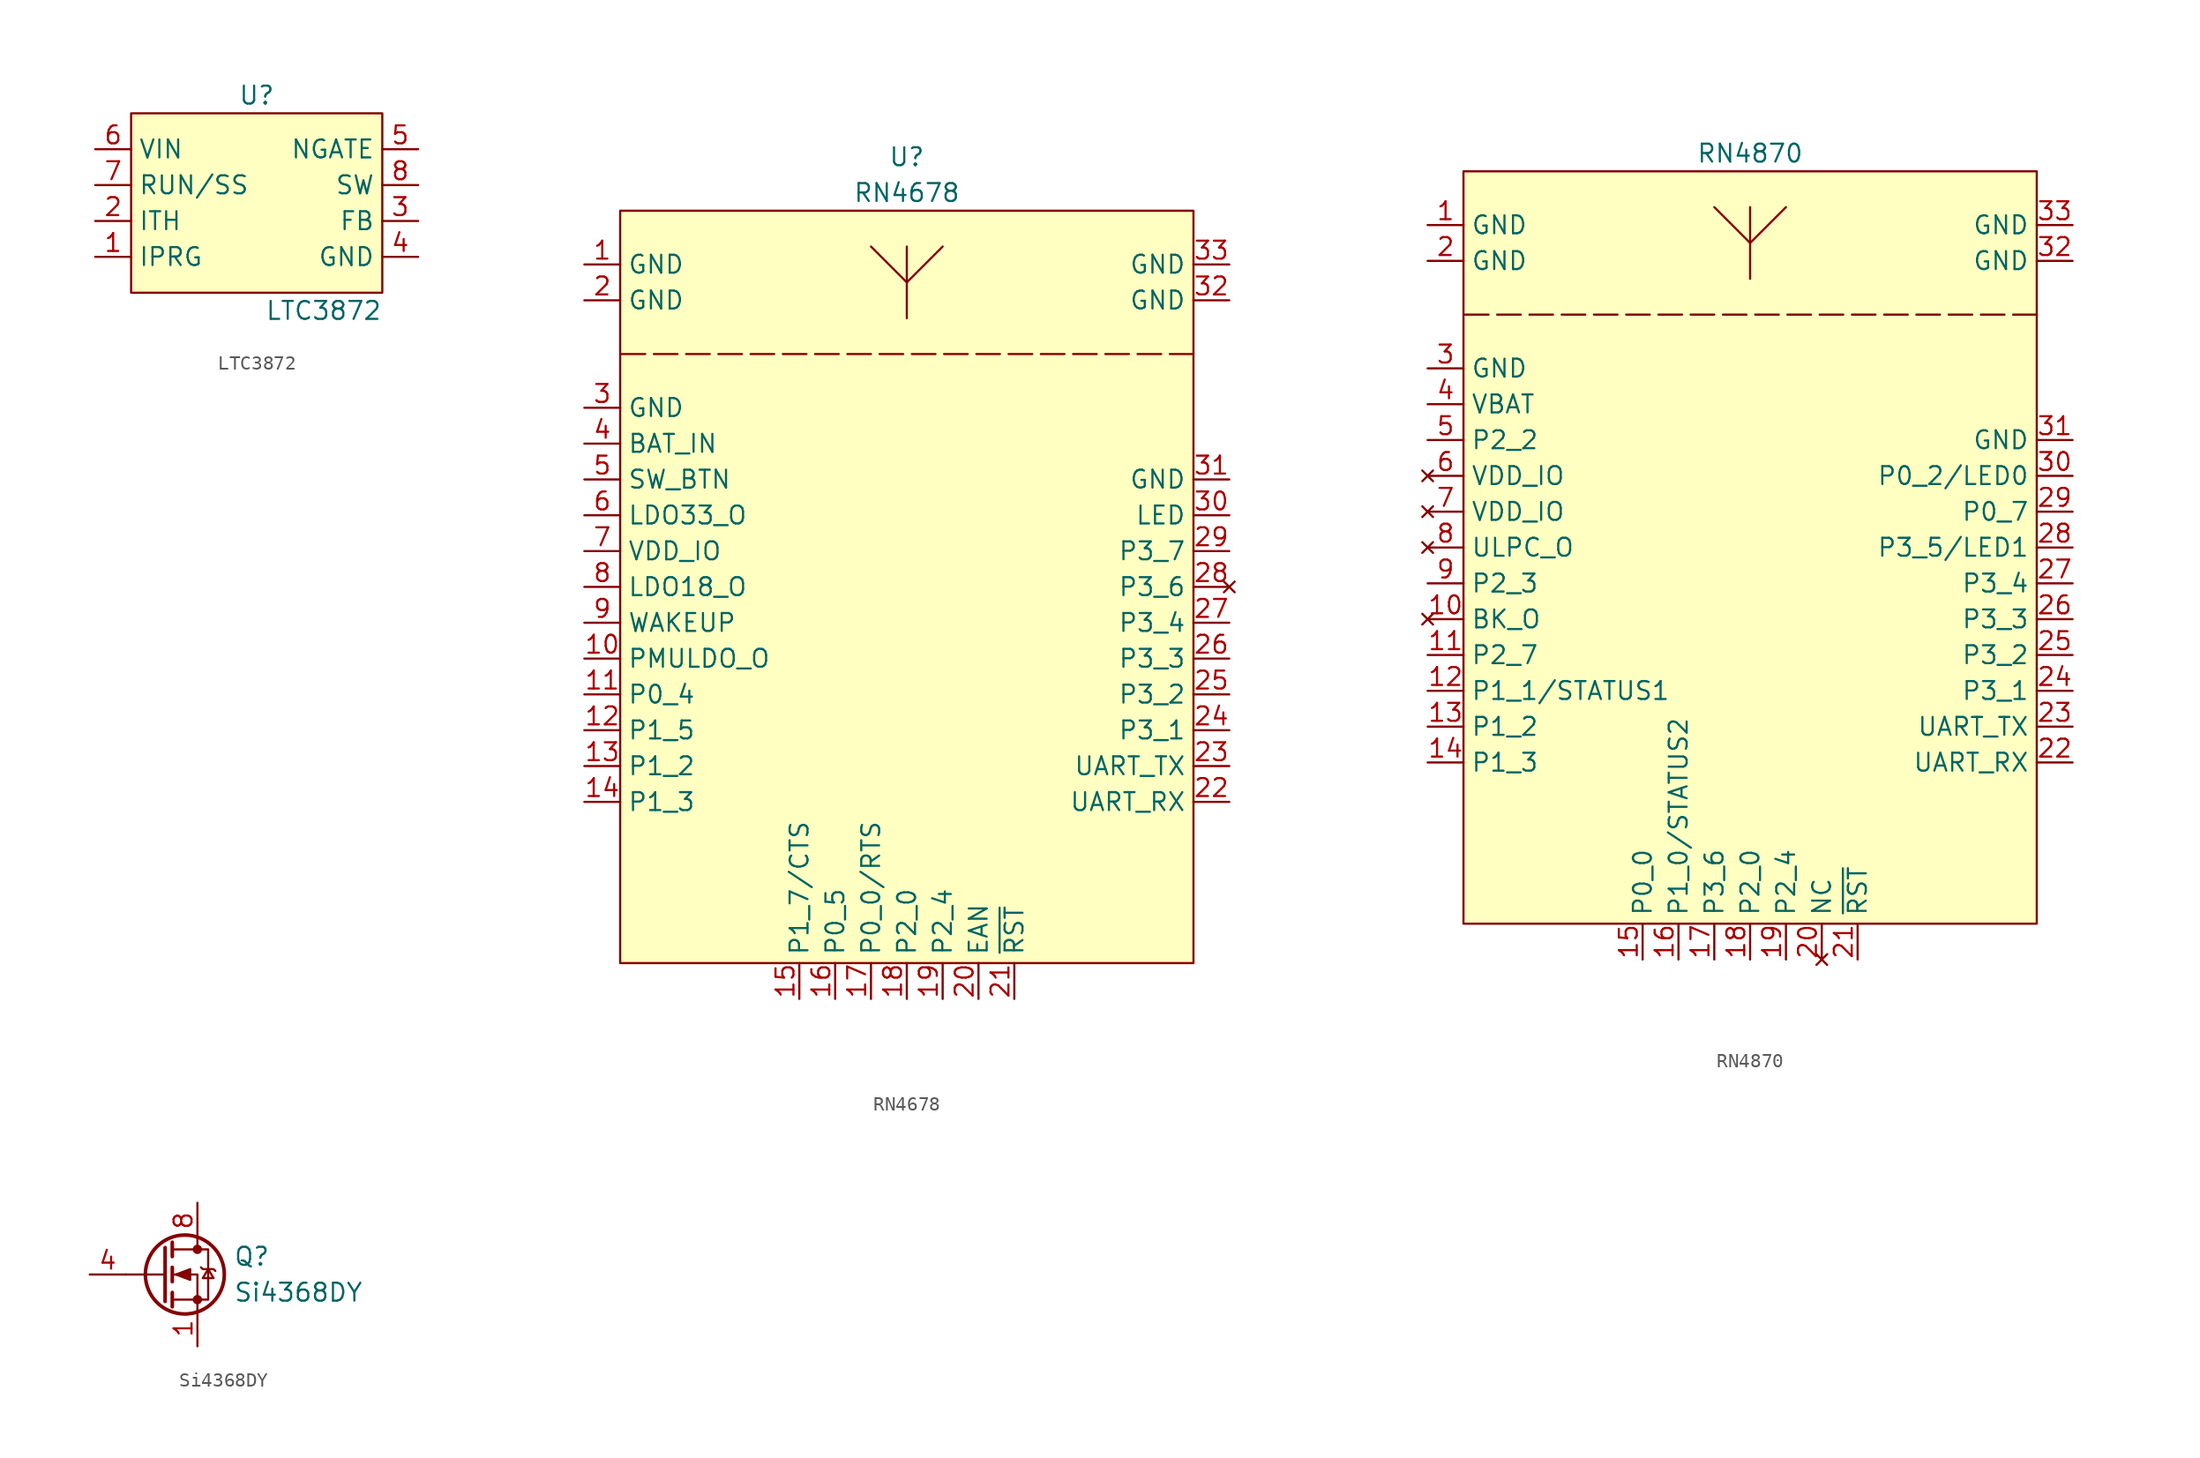
<source format=kicad_sym>
(kicad_symbol_lib
  (version 20220914)
  (generator kicad_symbol_editor)
  (symbol "LTC3872"
    (property "Reference" "U"
      (at 0 7.62 0)
      (do_not_autoplace)
      (effects (font (size 1.27 1.27))))
    (property "Value" "LTC3872"
      (at 8.89 -7.62 0)
      (do_not_autoplace)
      (effects (font (size 1.27 1.27)) (justify right)))
    (symbol "LTC3872_1_1"
      (rectangle (start -8.89 6.35) (end 8.89 -6.35) (stroke (width 0) (type default)) (fill (type background)))
      (pin input line (at -11.43 -3.81 0) (length 2.54) (name "IPRG" (effects (font (size 1.27 1.27)))) (number "1" (effects (font (size 1.27 1.27)))))
      (pin input line (at -11.43 -1.27 0) (length 2.54) (name "ITH" (effects (font (size 1.27 1.27)))) (number "2" (effects (font (size 1.27 1.27)))))
      (pin input line (at 11.43 -1.27 180) (length 2.54) (name "FB" (effects (font (size 1.27 1.27)))) (number "3" (effects (font (size 1.27 1.27)))))
      (pin power_in line (at 11.43 -3.81 180) (length 2.54) (name "GND" (effects (font (size 1.27 1.27)))) (number "4" (effects (font (size 1.27 1.27)))))
      (pin output line (at 11.43 3.81 180) (length 2.54) (name "NGATE" (effects (font (size 1.27 1.27)))) (number "5" (effects (font (size 1.27 1.27)))))
      (pin power_in line (at -11.43 3.81 0) (length 2.54) (name "VIN" (effects (font (size 1.27 1.27)))) (number "6" (effects (font (size 1.27 1.27)))))
      (pin input line (at -11.43 1.27 0) (length 2.54) (name "RUN/SS" (effects (font (size 1.27 1.27)))) (number "7" (effects (font (size 1.27 1.27)))))
      (pin input line (at 11.43 1.27 180) (length 2.54) (name "SW" (effects (font (size 1.27 1.27)))) (number "8" (effects (font (size 1.27 1.27)))))))
  (symbol "RN4678"
    (property "Reference" "U"
      (at 0 30.48 0)
      (effects (font (size 1.27 1.27))))
    (property "Value" "RN4678"
      (at 0 27.94 0)
      (effects (font (size 1.27 1.27))))
    (symbol "RN4678_0_1"
      (polyline (pts (xy 0 19.05) (xy 0 24.13)) (stroke (width 0) (type default)) (fill (type none)))
      (polyline (pts (xy 2.54 24.13) (xy 0 21.59) (xy -2.54 24.13)) (stroke (width 0) (type default)) (fill (type none))))
    (symbol "RN4678_1_1"
      (rectangle (start -20.32 26.67) (end 20.32 -26.67) (stroke (width 0) (type default)) (fill (type background)))
      (polyline (pts (xy 20.32 16.51) (xy -20.32 16.51)) (stroke (width 0) (type dash)) (fill (type none)))
      (pin power_in line (at -22.86 22.86 0) (length 2.54) (name "GND" (effects (font (size 1.27 1.27)))) (number "1" (effects (font (size 1.27 1.27)))))
      (pin power_out line (at -22.86 -5.08 0) (length 2.54) (name "PMULDO_O" (effects (font (size 1.27 1.27)))) (number "10" (effects (font (size 1.27 1.27)))))
      (pin output line (at -22.86 -7.62 0) (length 2.54) (name "P0_4" (effects (font (size 1.27 1.27)))) (number "11" (effects (font (size 1.27 1.27)))))
      (pin output line (at -22.86 -10.16 0) (length 2.54) (name "P1_5" (effects (font (size 1.27 1.27)))) (number "12" (effects (font (size 1.27 1.27)))))
      (pin output line (at -22.86 -12.7 0) (length 2.54) (name "P1_2" (effects (font (size 1.27 1.27)))) (number "13" (effects (font (size 1.27 1.27)))))
      (pin bidirectional line (at -22.86 -15.24 0) (length 2.54) (name "P1_3" (effects (font (size 1.27 1.27)))) (number "14" (effects (font (size 1.27 1.27)))))
      (pin bidirectional line (at -7.62 -29.21 90) (length 2.54) (name "P1_7/CTS" (effects (font (size 1.27 1.27)))) (number "15" (effects (font (size 1.27 1.27)))))
      (pin bidirectional line (at -5.08 -29.21 90) (length 2.54) (name "P0_5" (effects (font (size 1.27 1.27)))) (number "16" (effects (font (size 1.27 1.27)))))
      (pin bidirectional line (at -2.54 -29.21 90) (length 2.54) (name "P0_0/RTS" (effects (font (size 1.27 1.27)))) (number "17" (effects (font (size 1.27 1.27)))))
      (pin input line (at 0 -29.21 90) (length 2.54) (name "P2_0" (effects (font (size 1.27 1.27)))) (number "18" (effects (font (size 1.27 1.27)))))
      (pin input line (at 2.54 -29.21 90) (length 2.54) (name "P2_4" (effects (font (size 1.27 1.27)))) (number "19" (effects (font (size 1.27 1.27)))))
      (pin power_in line (at -22.86 20.32 0) (length 2.54) (name "GND" (effects (font (size 1.27 1.27)))) (number "2" (effects (font (size 1.27 1.27)))))
      (pin input line (at 5.08 -29.21 90) (length 2.54) (name "EAN" (effects (font (size 1.27 1.27)))) (number "20" (effects (font (size 1.27 1.27)))))
      (pin input line (at 7.62 -29.21 90) (length 2.54) (name "~{RST}" (effects (font (size 1.27 1.27)))) (number "21" (effects (font (size 1.27 1.27)))))
      (pin input line (at 22.86 -15.24 180) (length 2.54) (name "UART_RX" (effects (font (size 1.27 1.27)))) (number "22" (effects (font (size 1.27 1.27)))))
      (pin output line (at 22.86 -12.7 180) (length 2.54) (name "UART_TX" (effects (font (size 1.27 1.27)))) (number "23" (effects (font (size 1.27 1.27)))))
      (pin bidirectional line (at 22.86 -10.16 180) (length 2.54) (name "P3_1" (effects (font (size 1.27 1.27)))) (number "24" (effects (font (size 1.27 1.27)))))
      (pin bidirectional line (at 22.86 -7.62 180) (length 2.54) (name "P3_2" (effects (font (size 1.27 1.27)))) (number "25" (effects (font (size 1.27 1.27)))))
      (pin bidirectional line (at 22.86 -5.08 180) (length 2.54) (name "P3_3" (effects (font (size 1.27 1.27)))) (number "26" (effects (font (size 1.27 1.27)))))
      (pin bidirectional line (at 22.86 -2.54 180) (length 2.54) (name "P3_4" (effects (font (size 1.27 1.27)))) (number "27" (effects (font (size 1.27 1.27)))))
      (pin no_connect line (at 22.86 0 180) (length 2.54) (name "P3_6" (effects (font (size 1.27 1.27)))) (number "28" (effects (font (size 1.27 1.27)))))
      (pin bidirectional line (at 22.86 2.54 180) (length 2.54) (name "P3_7" (effects (font (size 1.27 1.27)))) (number "29" (effects (font (size 1.27 1.27)))))
      (pin power_in line (at -22.86 12.7 0) (length 2.54) (name "GND" (effects (font (size 1.27 1.27)))) (number "3" (effects (font (size 1.27 1.27)))))
      (pin output line (at 22.86 5.08 180) (length 2.54) (name "LED" (effects (font (size 1.27 1.27)))) (number "30" (effects (font (size 1.27 1.27)))))
      (pin power_in line (at 22.86 7.62 180) (length 2.54) (name "GND" (effects (font (size 1.27 1.27)))) (number "31" (effects (font (size 1.27 1.27)))))
      (pin power_in line (at 22.86 20.32 180) (length 2.54) (name "GND" (effects (font (size 1.27 1.27)))) (number "32" (effects (font (size 1.27 1.27)))))
      (pin power_in line (at 22.86 22.86 180) (length 2.54) (name "GND" (effects (font (size 1.27 1.27)))) (number "33" (effects (font (size 1.27 1.27)))))
      (pin power_in line (at -22.86 10.16 0) (length 2.54) (name "BAT_IN" (effects (font (size 1.27 1.27)))) (number "4" (effects (font (size 1.27 1.27)))))
      (pin input line (at -22.86 7.62 0) (length 2.54) (name "SW_BTN" (effects (font (size 1.27 1.27)))) (number "5" (effects (font (size 1.27 1.27)))))
      (pin power_out line (at -22.86 5.08 0) (length 2.54) (name "LDO33_O" (effects (font (size 1.27 1.27)))) (number "6" (effects (font (size 1.27 1.27)))))
      (pin power_in line (at -22.86 2.54 0) (length 2.54) (name "VDD_IO" (effects (font (size 1.27 1.27)))) (number "7" (effects (font (size 1.27 1.27)))))
      (pin power_out line (at -22.86 0 0) (length 2.54) (name "LDO18_O" (effects (font (size 1.27 1.27)))) (number "8" (effects (font (size 1.27 1.27)))))
      (pin input line (at -22.86 -2.54 0) (length 2.54) (name "WAKEUP" (effects (font (size 1.27 1.27)))) (number "9" (effects (font (size 1.27 1.27)))))))
  (symbol "RN4870"
    (property "Reference" "U"
      (at 0 30.48 0)
      (effects (font (size 1.27 1.27)) hide))
    (property "Value" "RN4870"
      (at 0 27.94 0)
      (effects (font (size 1.27 1.27))))
    (symbol "RN4870_0_1"
      (polyline (pts (xy 0 19.05) (xy 0 24.13)) (stroke (width 0) (type default)) (fill (type none)))
      (polyline (pts (xy 2.54 24.13) (xy 0 21.59) (xy -2.54 24.13)) (stroke (width 0) (type default)) (fill (type none))))
    (symbol "RN4870_1_1"
      (rectangle (start -20.32 26.67) (end 20.32 -26.67) (stroke (width 0) (type default)) (fill (type background)))
      (polyline (pts (xy 20.32 16.51) (xy -20.32 16.51)) (stroke (width 0) (type dash)) (fill (type none)))
      (pin power_in line (at -22.86 22.86 0) (length 2.54) (name "GND" (effects (font (size 1.27 1.27)))) (number "1" (effects (font (size 1.27 1.27)))))
      (pin no_connect line (at -22.86 -5.08 0) (length 2.54) (name "BK_O" (effects (font (size 1.27 1.27)))) (number "10" (effects (font (size 1.27 1.27)))))
      (pin output line (at -22.86 -7.62 0) (length 2.54) (name "P2_7" (effects (font (size 1.27 1.27)))) (number "11" (effects (font (size 1.27 1.27)))))
      (pin bidirectional line (at -22.86 -10.16 0) (length 2.54) (name "P1_1/STATUS1" (effects (font (size 1.27 1.27)))) (number "12" (effects (font (size 1.27 1.27)))))
      (pin bidirectional line (at -22.86 -12.7 0) (length 2.54) (name "P1_2" (effects (font (size 1.27 1.27)))) (number "13" (effects (font (size 1.27 1.27)))))
      (pin bidirectional line (at -22.86 -15.24 0) (length 2.54) (name "P1_3" (effects (font (size 1.27 1.27)))) (number "14" (effects (font (size 1.27 1.27)))))
      (pin bidirectional line (at -7.62 -29.21 90) (length 2.54) (name "P0_0" (effects (font (size 1.27 1.27)))) (number "15" (effects (font (size 1.27 1.27)))))
      (pin bidirectional line (at -5.08 -29.21 90) (length 2.54) (name "P1_0/STATUS2" (effects (font (size 1.27 1.27)))) (number "16" (effects (font (size 1.27 1.27)))))
      (pin bidirectional line (at -2.54 -29.21 90) (length 2.54) (name "P3_6" (effects (font (size 1.27 1.27)))) (number "17" (effects (font (size 1.27 1.27)))))
      (pin input line (at 0 -29.21 90) (length 2.54) (name "P2_0" (effects (font (size 1.27 1.27)))) (number "18" (effects (font (size 1.27 1.27)))))
      (pin bidirectional line (at 2.54 -29.21 90) (length 2.54) (name "P2_4" (effects (font (size 1.27 1.27)))) (number "19" (effects (font (size 1.27 1.27)))))
      (pin power_in line (at -22.86 20.32 0) (length 2.54) (name "GND" (effects (font (size 1.27 1.27)))) (number "2" (effects (font (size 1.27 1.27)))))
      (pin no_connect line (at 5.08 -29.21 90) (length 2.54) (name "NC" (effects (font (size 1.27 1.27)))) (number "20" (effects (font (size 1.27 1.27)))))
      (pin input line (at 7.62 -29.21 90) (length 2.54) (name "~{RST}" (effects (font (size 1.27 1.27)))) (number "21" (effects (font (size 1.27 1.27)))))
      (pin input line (at 22.86 -15.24 180) (length 2.54) (name "UART_RX" (effects (font (size 1.27 1.27)))) (number "22" (effects (font (size 1.27 1.27)))))
      (pin output line (at 22.86 -12.7 180) (length 2.54) (name "UART_TX" (effects (font (size 1.27 1.27)))) (number "23" (effects (font (size 1.27 1.27)))))
      (pin bidirectional line (at 22.86 -10.16 180) (length 2.54) (name "P3_1" (effects (font (size 1.27 1.27)))) (number "24" (effects (font (size 1.27 1.27)))))
      (pin input line (at 22.86 -7.62 180) (length 2.54) (name "P3_2" (effects (font (size 1.27 1.27)))) (number "25" (effects (font (size 1.27 1.27)))))
      (pin input line (at 22.86 -5.08 180) (length 2.54) (name "P3_3" (effects (font (size 1.27 1.27)))) (number "26" (effects (font (size 1.27 1.27)))))
      (pin input line (at 22.86 -2.54 180) (length 2.54) (name "P3_4" (effects (font (size 1.27 1.27)))) (number "27" (effects (font (size 1.27 1.27)))))
      (pin bidirectional line (at 22.86 0 180) (length 2.54) (name "P3_5/LED1" (effects (font (size 1.27 1.27)))) (number "28" (effects (font (size 1.27 1.27)))))
      (pin bidirectional line (at 22.86 2.54 180) (length 2.54) (name "P0_7" (effects (font (size 1.27 1.27)))) (number "29" (effects (font (size 1.27 1.27)))))
      (pin power_in line (at -22.86 12.7 0) (length 2.54) (name "GND" (effects (font (size 1.27 1.27)))) (number "3" (effects (font (size 1.27 1.27)))))
      (pin bidirectional line (at 22.86 5.08 180) (length 2.54) (name "P0_2/LED0" (effects (font (size 1.27 1.27)))) (number "30" (effects (font (size 1.27 1.27)))))
      (pin power_in line (at 22.86 7.62 180) (length 2.54) (name "GND" (effects (font (size 1.27 1.27)))) (number "31" (effects (font (size 1.27 1.27)))))
      (pin power_in line (at 22.86 20.32 180) (length 2.54) (name "GND" (effects (font (size 1.27 1.27)))) (number "32" (effects (font (size 1.27 1.27)))))
      (pin power_in line (at 22.86 22.86 180) (length 2.54) (name "GND" (effects (font (size 1.27 1.27)))) (number "33" (effects (font (size 1.27 1.27)))))
      (pin power_in line (at -22.86 10.16 0) (length 2.54) (name "VBAT" (effects (font (size 1.27 1.27)))) (number "4" (effects (font (size 1.27 1.27)))))
      (pin bidirectional line (at -22.86 7.62 0) (length 2.54) (name "P2_2" (effects (font (size 1.27 1.27)))) (number "5" (effects (font (size 1.27 1.27)))))
      (pin no_connect line (at -22.86 5.08 0) (length 2.54) (name "VDD_IO" (effects (font (size 1.27 1.27)))) (number "6" (effects (font (size 1.27 1.27)))))
      (pin no_connect line (at -22.86 2.54 0) (length 2.54) (name "VDD_IO" (effects (font (size 1.27 1.27)))) (number "7" (effects (font (size 1.27 1.27)))))
      (pin no_connect line (at -22.86 0 0) (length 2.54) (name "ULPC_O" (effects (font (size 1.27 1.27)))) (number "8" (effects (font (size 1.27 1.27)))))
      (pin bidirectional line (at -22.86 -2.54 0) (length 2.54) (name "P2_3" (effects (font (size 1.27 1.27)))) (number "9" (effects (font (size 1.27 1.27)))))))
  (symbol "Si4368DY"
    (pin_names hide)
    (property "Reference" "Q"
      (at 5.08 1.27 0)
      (effects (font (size 1.27 1.27)) (justify left)))
    (property "Value" "Si4368DY"
      (at 5.08 -1.27 0)
      (effects (font (size 1.27 1.27)) (justify left)))
    (symbol "Si4368DY_0_1"
      (polyline (pts (xy 0.254 0) (xy -2.54 0)) (stroke (width 0) (type default)) (fill (type none)))
      (polyline (pts (xy 0.254 1.905) (xy 0.254 -1.905)) (stroke (width 0.254) (type default)) (fill (type none)))
      (polyline (pts (xy 0.762 -1.27) (xy 0.762 -2.286)) (stroke (width 0.254) (type default)) (fill (type none)))
      (polyline (pts (xy 0.762 0.508) (xy 0.762 -0.508)) (stroke (width 0.254) (type default)) (fill (type none)))
      (polyline (pts (xy 0.762 2.286) (xy 0.762 1.27)) (stroke (width 0.254) (type default)) (fill (type none)))
      (polyline (pts (xy 2.54 2.54) (xy 2.54 1.778)) (stroke (width 0) (type default)) (fill (type none)))
      (polyline (pts (xy 2.54 -2.54) (xy 2.54 0) (xy 0.762 0)) (stroke (width 0) (type default)) (fill (type none)))
      (polyline (pts (xy 0.762 -1.778) (xy 3.302 -1.778) (xy 3.302 1.778) (xy 0.762 1.778)) (stroke (width 0) (type default)) (fill (type none)))
      (polyline (pts (xy 1.016 0) (xy 2.032 0.381) (xy 2.032 -0.381) (xy 1.016 0)) (stroke (width 0) (type default)) (fill (type outline)))
      (polyline (pts (xy 2.794 0.508) (xy 2.921 0.381) (xy 3.683 0.381) (xy 3.81 0.254)) (stroke (width 0) (type default)) (fill (type none)))
      (polyline (pts (xy 3.302 0.381) (xy 2.921 -0.254) (xy 3.683 -0.254) (xy 3.302 0.381)) (stroke (width 0) (type default)) (fill (type none)))
      (circle (center 1.651 0) (radius 2.794) (stroke (width 0.254) (type default)) (fill (type none)))
      (circle (center 2.54 -1.778) (radius 0.254) (stroke (width 0) (type default)) (fill (type outline)))
      (circle (center 2.54 1.778) (radius 0.254) (stroke (width 0) (type default)) (fill (type outline))))
    (symbol "Si4368DY_1_1"
      (pin passive line (at 2.54 -5.08 90) (length 2.54) (name "S" (effects (font (size 1.27 1.27)))) (number "1" (effects (font (size 1.27 1.27)))))
      (pin passive line (at 2.54 -5.08 90) (length 2.54) hide (name "S" (effects (font (size 1.27 1.27)))) (number "2" (effects (font (size 1.27 1.27)))))
      (pin passive line (at 2.54 -5.08 90) (length 2.54) hide (name "S" (effects (font (size 1.27 1.27)))) (number "3" (effects (font (size 1.27 1.27)))))
      (pin input line (at -5.08 0 0) (length 2.54) (name "G" (effects (font (size 1.27 1.27)))) (number "4" (effects (font (size 1.27 1.27)))))
      (pin passive line (at 2.54 5.08 270) (length 2.54) hide (name "D" (effects (font (size 1.27 1.27)))) (number "5" (effects (font (size 1.27 1.27)))))
      (pin passive line (at 2.54 5.08 270) (length 2.54) hide (name "D" (effects (font (size 1.27 1.27)))) (number "6" (effects (font (size 1.27 1.27)))))
      (pin passive line (at 2.54 5.08 270) (length 2.54) hide (name "D" (effects (font (size 1.27 1.27)))) (number "7" (effects (font (size 1.27 1.27)))))
      (pin passive line (at 2.54 5.08 270) (length 2.54) (name "D" (effects (font (size 1.27 1.27)))) (number "8" (effects (font (size 1.27 1.27))))))))
</source>
